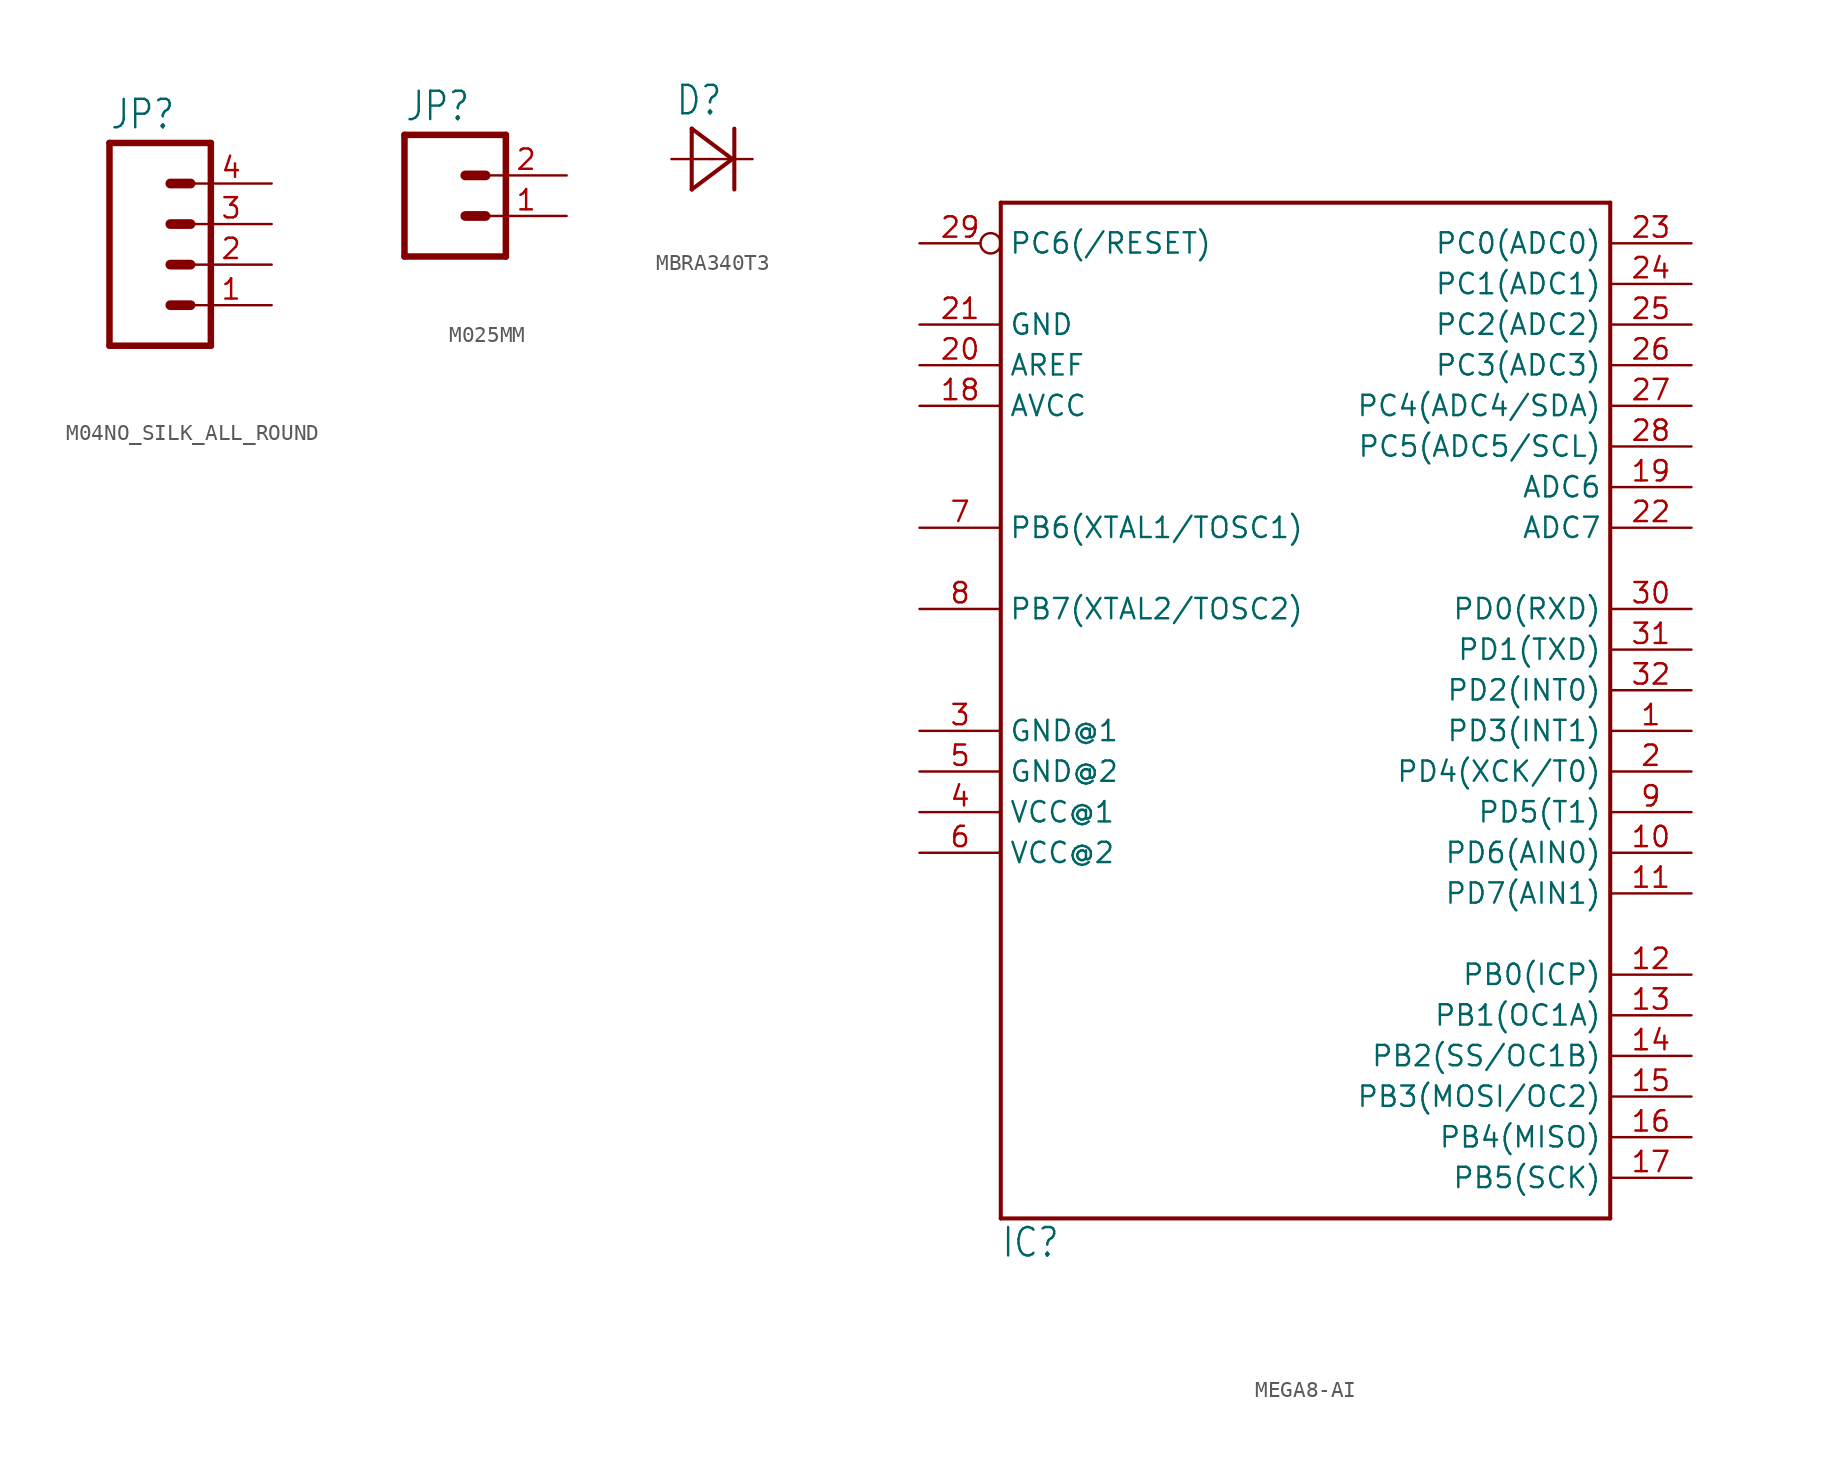
<source format=kicad_sym>
(kicad_symbol_lib
  (version 20220914)
  (generator kicad_symbol_editor)
  (symbol "M04NO_SILK_ALL_ROUND"
    (property "Reference" "JP"
      (at -5.08 8.382 0)
      (effects (font (size 1.778 1.511)) (justify left bottom)))
    (property "Value" ""
      (at -5.08 -7.62 0)
      (effects (font (size 1.778 1.511)) (justify left bottom)))
    (property "ki_locked" ""
      (at 0 0 0)
      (effects (font (size 1.27 1.27))))
    (symbol "M04NO_SILK_ALL_ROUND_1_0"
      (polyline (pts (xy -5.08 7.62) (xy -5.08 -5.08)) (stroke (width 0.406) (type solid)) (fill (type none)))
      (polyline (pts (xy -5.08 7.62) (xy 1.27 7.62)) (stroke (width 0.406) (type solid)) (fill (type none)))
      (polyline (pts (xy -1.27 -2.54) (xy 0 -2.54)) (stroke (width 0.61) (type solid)) (fill (type none)))
      (polyline (pts (xy -1.27 0) (xy 0 0)) (stroke (width 0.61) (type solid)) (fill (type none)))
      (polyline (pts (xy -1.27 2.54) (xy 0 2.54)) (stroke (width 0.61) (type solid)) (fill (type none)))
      (polyline (pts (xy -1.27 5.08) (xy 0 5.08)) (stroke (width 0.61) (type solid)) (fill (type none)))
      (polyline (pts (xy 1.27 -5.08) (xy -5.08 -5.08)) (stroke (width 0.406) (type solid)) (fill (type none)))
      (polyline (pts (xy 1.27 -5.08) (xy 1.27 7.62)) (stroke (width 0.406) (type solid)) (fill (type none)))
      (pin passive line (at 5.08 -2.54 180) (length 5.08) (name "1" (effects (font (size 0 0)))) (number "1" (effects (font (size 1.27 1.27)))))
      (pin passive line (at 5.08 0 180) (length 5.08) (name "2" (effects (font (size 0 0)))) (number "2" (effects (font (size 1.27 1.27)))))
      (pin passive line (at 5.08 2.54 180) (length 5.08) (name "3" (effects (font (size 0 0)))) (number "3" (effects (font (size 1.27 1.27)))))
      (pin passive line (at 5.08 5.08 180) (length 5.08) (name "4" (effects (font (size 0 0)))) (number "4" (effects (font (size 1.27 1.27)))))))
  (symbol "M025MM"
    (property "Reference" "JP"
      (at -2.54 5.842 0)
      (effects (font (size 1.778 1.511)) (justify left bottom)))
    (property "Value" ""
      (at -2.54 -5.08 0)
      (effects (font (size 1.778 1.511)) (justify left bottom)))
    (property "ki_locked" ""
      (at 0 0 0)
      (effects (font (size 1.27 1.27))))
    (symbol "M025MM_1_0"
      (polyline (pts (xy -2.54 5.08) (xy -2.54 -2.54)) (stroke (width 0.406) (type solid)) (fill (type none)))
      (polyline (pts (xy -2.54 5.08) (xy 3.81 5.08)) (stroke (width 0.406) (type solid)) (fill (type none)))
      (polyline (pts (xy 1.27 0) (xy 2.54 0)) (stroke (width 0.61) (type solid)) (fill (type none)))
      (polyline (pts (xy 1.27 2.54) (xy 2.54 2.54)) (stroke (width 0.61) (type solid)) (fill (type none)))
      (polyline (pts (xy 3.81 -2.54) (xy -2.54 -2.54)) (stroke (width 0.406) (type solid)) (fill (type none)))
      (polyline (pts (xy 3.81 -2.54) (xy 3.81 5.08)) (stroke (width 0.406) (type solid)) (fill (type none)))
      (pin passive line (at 7.62 0 180) (length 5.08) (name "1" (effects (font (size 0 0)))) (number "1" (effects (font (size 1.27 1.27)))))
      (pin passive line (at 7.62 2.54 180) (length 5.08) (name "2" (effects (font (size 0 0)))) (number "2" (effects (font (size 1.27 1.27)))))))
  (symbol "MBRA340T3"
    (property "Reference" "D"
      (at -2.311 2.642 0)
      (effects (font (size 1.778 1.511)) (justify left bottom)))
    (property "Value" ""
      (at -2.565 -4.496 0)
      (effects (font (size 1.778 1.511)) (justify left bottom)))
    (property "ki_locked" ""
      (at 0 0 0)
      (effects (font (size 1.27 1.27))))
    (symbol "MBRA340T3_1_0"
      (polyline (pts (xy -1.27 -1.905) (xy 1.27 0)) (stroke (width 0.254) (type solid)) (fill (type none)))
      (polyline (pts (xy -1.27 1.905) (xy -1.27 -1.905)) (stroke (width 0.254) (type solid)) (fill (type none)))
      (polyline (pts (xy 1.27 0) (xy -1.27 1.905)) (stroke (width 0.254) (type solid)) (fill (type none)))
      (polyline (pts (xy 1.397 1.905) (xy 1.397 -1.905)) (stroke (width 0.254) (type solid)) (fill (type none)))
      (pin passive line (at -2.54 0 0) (length 2.54) (name "A" (effects (font (size 0 0)))) (number "A" (effects (font (size 0 0)))))
      (pin passive line (at 2.54 0 180) (length 2.54) (name "C" (effects (font (size 0 0)))) (number "C" (effects (font (size 0 0)))))))
  (symbol "MEGA8-AI"
    (property "Reference" "IC"
      (at -17.78 -38.1 0)
      (effects (font (size 1.778 1.511)) (justify left bottom)))
    (property "Value" ""
      (at -17.78 29.21 0)
      (effects (font (size 1.778 1.511)) (justify left bottom)))
    (property "ki_locked" ""
      (at 0 0 0)
      (effects (font (size 1.27 1.27))))
    (symbol "MEGA8-AI_1_0"
      (polyline (pts (xy -17.78 -35.56) (xy -17.78 27.94)) (stroke (width 0.254) (type solid)) (fill (type none)))
      (polyline (pts (xy -17.78 27.94) (xy 20.32 27.94)) (stroke (width 0.254) (type solid)) (fill (type none)))
      (polyline (pts (xy 20.32 -35.56) (xy -17.78 -35.56)) (stroke (width 0.254) (type solid)) (fill (type none)))
      (polyline (pts (xy 20.32 27.94) (xy 20.32 -35.56)) (stroke (width 0.254) (type solid)) (fill (type none)))
      (pin bidirectional line (at 25.4 -5.08 180) (length 5.08) (name "PD3(INT1)" (effects (font (size 1.27 1.27)))) (number "1" (effects (font (size 1.27 1.27)))))
      (pin bidirectional line (at 25.4 -12.7 180) (length 5.08) (name "PD6(AIN0)" (effects (font (size 1.27 1.27)))) (number "10" (effects (font (size 1.27 1.27)))))
      (pin bidirectional line (at 25.4 -15.24 180) (length 5.08) (name "PD7(AIN1)" (effects (font (size 1.27 1.27)))) (number "11" (effects (font (size 1.27 1.27)))))
      (pin bidirectional line (at 25.4 -20.32 180) (length 5.08) (name "PB0(ICP)" (effects (font (size 1.27 1.27)))) (number "12" (effects (font (size 1.27 1.27)))))
      (pin bidirectional line (at 25.4 -22.86 180) (length 5.08) (name "PB1(OC1A)" (effects (font (size 1.27 1.27)))) (number "13" (effects (font (size 1.27 1.27)))))
      (pin bidirectional line (at 25.4 -25.4 180) (length 5.08) (name "PB2(SS/OC1B)" (effects (font (size 1.27 1.27)))) (number "14" (effects (font (size 1.27 1.27)))))
      (pin bidirectional line (at 25.4 -27.94 180) (length 5.08) (name "PB3(MOSI/OC2)" (effects (font (size 1.27 1.27)))) (number "15" (effects (font (size 1.27 1.27)))))
      (pin bidirectional line (at 25.4 -30.48 180) (length 5.08) (name "PB4(MISO)" (effects (font (size 1.27 1.27)))) (number "16" (effects (font (size 1.27 1.27)))))
      (pin bidirectional line (at 25.4 -33.02 180) (length 5.08) (name "PB5(SCK)" (effects (font (size 1.27 1.27)))) (number "17" (effects (font (size 1.27 1.27)))))
      (pin power_in line (at -22.86 15.24 0) (length 5.08) (name "AVCC" (effects (font (size 1.27 1.27)))) (number "18" (effects (font (size 1.27 1.27)))))
      (pin bidirectional line (at 25.4 10.16 180) (length 5.08) (name "ADC6" (effects (font (size 1.27 1.27)))) (number "19" (effects (font (size 1.27 1.27)))))
      (pin bidirectional line (at 25.4 -7.62 180) (length 5.08) (name "PD4(XCK/T0)" (effects (font (size 1.27 1.27)))) (number "2" (effects (font (size 1.27 1.27)))))
      (pin passive line (at -22.86 17.78 0) (length 5.08) (name "AREF" (effects (font (size 1.27 1.27)))) (number "20" (effects (font (size 1.27 1.27)))))
      (pin power_in line (at -22.86 20.32 0) (length 5.08) (name "GND" (effects (font (size 1.27 1.27)))) (number "21" (effects (font (size 1.27 1.27)))))
      (pin bidirectional line (at 25.4 7.62 180) (length 5.08) (name "ADC7" (effects (font (size 1.27 1.27)))) (number "22" (effects (font (size 1.27 1.27)))))
      (pin bidirectional line (at 25.4 25.4 180) (length 5.08) (name "PC0(ADC0)" (effects (font (size 1.27 1.27)))) (number "23" (effects (font (size 1.27 1.27)))))
      (pin bidirectional line (at 25.4 22.86 180) (length 5.08) (name "PC1(ADC1)" (effects (font (size 1.27 1.27)))) (number "24" (effects (font (size 1.27 1.27)))))
      (pin bidirectional line (at 25.4 20.32 180) (length 5.08) (name "PC2(ADC2)" (effects (font (size 1.27 1.27)))) (number "25" (effects (font (size 1.27 1.27)))))
      (pin bidirectional line (at 25.4 17.78 180) (length 5.08) (name "PC3(ADC3)" (effects (font (size 1.27 1.27)))) (number "26" (effects (font (size 1.27 1.27)))))
      (pin bidirectional line (at 25.4 15.24 180) (length 5.08) (name "PC4(ADC4/SDA)" (effects (font (size 1.27 1.27)))) (number "27" (effects (font (size 1.27 1.27)))))
      (pin bidirectional line (at 25.4 12.7 180) (length 5.08) (name "PC5(ADC5/SCL)" (effects (font (size 1.27 1.27)))) (number "28" (effects (font (size 1.27 1.27)))))
      (pin bidirectional inverted (at -22.86 25.4 0) (length 5.08) (name "PC6(/RESET)" (effects (font (size 1.27 1.27)))) (number "29" (effects (font (size 1.27 1.27)))))
      (pin power_in line (at -22.86 -5.08 0) (length 5.08) (name "GND@1" (effects (font (size 1.27 1.27)))) (number "3" (effects (font (size 1.27 1.27)))))
      (pin bidirectional line (at 25.4 2.54 180) (length 5.08) (name "PD0(RXD)" (effects (font (size 1.27 1.27)))) (number "30" (effects (font (size 1.27 1.27)))))
      (pin bidirectional line (at 25.4 0 180) (length 5.08) (name "PD1(TXD)" (effects (font (size 1.27 1.27)))) (number "31" (effects (font (size 1.27 1.27)))))
      (pin bidirectional line (at 25.4 -2.54 180) (length 5.08) (name "PD2(INT0)" (effects (font (size 1.27 1.27)))) (number "32" (effects (font (size 1.27 1.27)))))
      (pin power_in line (at -22.86 -10.16 0) (length 5.08) (name "VCC@1" (effects (font (size 1.27 1.27)))) (number "4" (effects (font (size 1.27 1.27)))))
      (pin power_in line (at -22.86 -7.62 0) (length 5.08) (name "GND@2" (effects (font (size 1.27 1.27)))) (number "5" (effects (font (size 1.27 1.27)))))
      (pin power_in line (at -22.86 -12.7 0) (length 5.08) (name "VCC@2" (effects (font (size 1.27 1.27)))) (number "6" (effects (font (size 1.27 1.27)))))
      (pin bidirectional line (at -22.86 7.62 0) (length 5.08) (name "PB6(XTAL1/TOSC1)" (effects (font (size 1.27 1.27)))) (number "7" (effects (font (size 1.27 1.27)))))
      (pin bidirectional line (at -22.86 2.54 0) (length 5.08) (name "PB7(XTAL2/TOSC2)" (effects (font (size 1.27 1.27)))) (number "8" (effects (font (size 1.27 1.27)))))
      (pin bidirectional line (at 25.4 -10.16 180) (length 5.08) (name "PD5(T1)" (effects (font (size 1.27 1.27)))) (number "9" (effects (font (size 1.27 1.27))))))))
</source>
